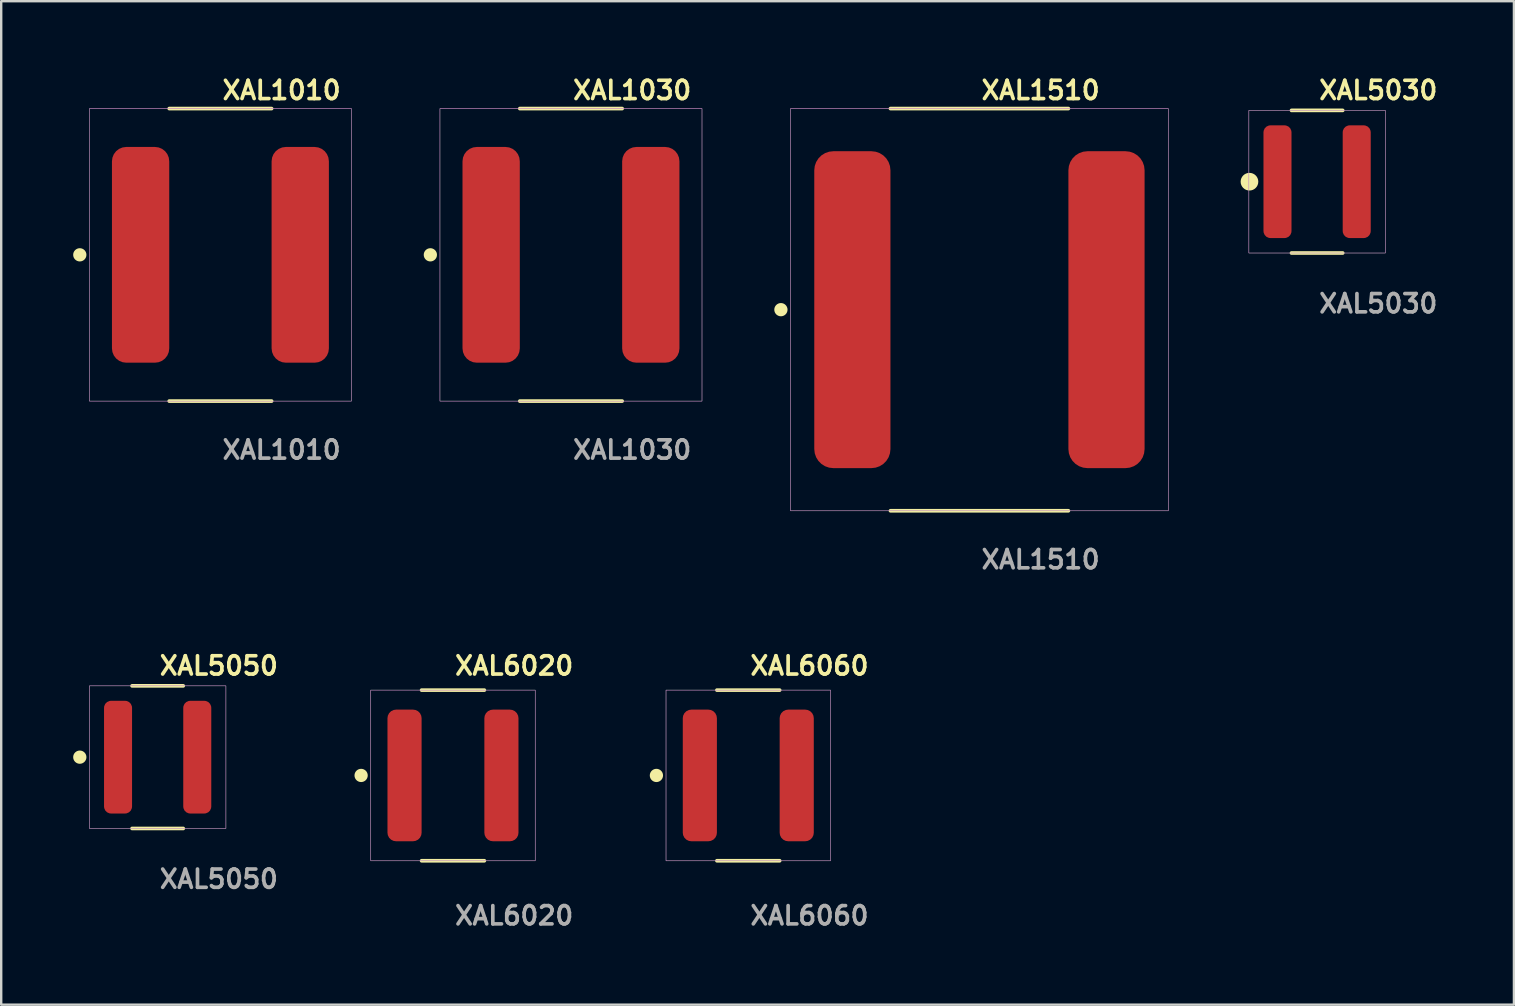
<source format=kicad_pcb>
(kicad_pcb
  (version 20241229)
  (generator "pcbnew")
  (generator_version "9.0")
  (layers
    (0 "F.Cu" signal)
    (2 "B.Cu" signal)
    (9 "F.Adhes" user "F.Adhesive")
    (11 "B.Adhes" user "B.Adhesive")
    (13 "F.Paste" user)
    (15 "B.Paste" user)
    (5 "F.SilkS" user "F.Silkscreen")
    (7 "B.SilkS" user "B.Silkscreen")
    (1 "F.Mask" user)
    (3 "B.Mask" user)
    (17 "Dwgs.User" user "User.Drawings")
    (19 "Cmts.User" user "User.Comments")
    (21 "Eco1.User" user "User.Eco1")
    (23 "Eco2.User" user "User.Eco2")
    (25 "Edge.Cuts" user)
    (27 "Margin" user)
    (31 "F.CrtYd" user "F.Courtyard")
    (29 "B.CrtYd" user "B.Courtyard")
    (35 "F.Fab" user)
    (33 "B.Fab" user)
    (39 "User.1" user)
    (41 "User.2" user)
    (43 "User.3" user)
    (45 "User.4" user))
  (footprint "XAL1510"
    (layer "F.Cu")
    (at 37.772 9.857)
    (property "Reference" "XAL1510" (at 0 -9.144 0) (unlocked yes) (layer "F.SilkS") (effects (font (size 0.762 0.762) (thickness 0.152)) (justify left)))
    (fp_line (start 3.708 -8.382) (end -3.708 -8.382) (stroke (width 0.152) (type solid)) (layer "F.SilkS"))
    (fp_line (start 3.708 8.382) (end -3.708 8.382) (stroke (width 0.152) (type solid)) (layer "F.SilkS"))
    (fp_circle (center -8.274 0) (end -8.474 0) (stroke (width 0.152) (type solid)) (fill yes) (layer "F.SilkS"))
    (fp_rect (start -7.874 -8.382) (end 7.874 8.382) (stroke (width 0.006) (type solid)) (fill no) (layer "F.CrtYd"))
    (fp_rect (start -7.874 -8.382) (end 7.874 8.382) (stroke (width 0.025) (type default)) (fill no) (layer "F.Fab"))
    (fp_text user "${REFERENCE}" (at 0 10.414 0) (unlocked yes) (layer "F.Fab") (effects (font (size 0.762 0.762) (thickness 0.152)) (justify left)))
    (pad "1" smd roundrect (at -5.296 0) (size 3.175 13.208) (layers "F.Cu" "F.Mask" "F.Paste") (roundrect_rratio 0.25))
    (pad "2" smd roundrect (at 5.296 0) (size 3.175 13.208) (layers "F.Cu" "F.Mask" "F.Paste") (roundrect_rratio 0.25)))
  (footprint "XAL1030"
    (layer "F.Cu")
    (at 20.748 7.571)
    (property "Reference" "XAL1030" (at 0 -6.858 0) (unlocked yes) (layer "F.SilkS") (effects (font (size 0.762 0.762) (thickness 0.152)) (justify left)))
    (fp_line (start 2.134 -6.096) (end -2.134 -6.096) (stroke (width 0.152) (type solid)) (layer "F.SilkS"))
    (fp_line (start 2.134 6.096) (end -2.134 6.096) (stroke (width 0.152) (type solid)) (layer "F.SilkS"))
    (fp_circle (center -5.861 0) (end -6.061 0) (stroke (width 0.152) (type solid)) (fill yes) (layer "F.SilkS"))
    (fp_rect (start -5.461 -6.096) (end 5.461 6.096) (stroke (width 0.006) (type solid)) (fill no) (layer "F.CrtYd"))
    (fp_rect (start -5.461 -6.096) (end 5.461 6.096) (stroke (width 0.025) (type default)) (fill no) (layer "F.Fab"))
    (fp_text user "${REFERENCE}" (at 0 8.128 0) (unlocked yes) (layer "F.Fab") (effects (font (size 0.762 0.762) (thickness 0.152)) (justify left)))
    (pad "1" smd roundrect (at -3.327 0) (size 2.388 8.992) (layers "F.Cu" "F.Mask" "F.Paste") (roundrect_rratio 0.25))
    (pad "2" smd roundrect (at 3.327 0) (size 2.388 8.992) (layers "F.Cu" "F.Mask" "F.Paste") (roundrect_rratio 0.25)))
  (footprint "XAL5030"
    (layer "F.Cu")
    (at 51.846 4.523)
    (property "Reference" "XAL5030" (at 0 -3.81 0) (unlocked yes) (layer "F.SilkS") (effects (font (size 0.762 0.762) (thickness 0.152)) (justify left)))
    (fp_line (start 1.067 -2.972) (end -1.067 -2.972) (stroke (width 0.152) (type solid)) (layer "F.SilkS"))
    (fp_line (start 1.067 2.972) (end -1.067 2.972) (stroke (width 0.152) (type solid)) (layer "F.SilkS"))
    (fp_circle (center -2.819 0) (end -3.111 0) (stroke (width 0.152) (type solid)) (fill yes) (layer "F.SilkS"))
    (fp_rect (start -2.845 -2.972) (end 2.845 2.972) (stroke (width 0.006) (type solid)) (fill no) (layer "F.CrtYd"))
    (fp_rect (start -2.845 -2.972) (end 2.845 2.972) (stroke (width 0.025) (type default)) (fill no) (layer "F.Fab"))
    (fp_text user "${REFERENCE}" (at 0 5.08 0) (unlocked yes) (layer "F.Fab") (effects (font (size 0.762 0.762) (thickness 0.152)) (justify left)))
    (pad "1" smd roundrect (at -1.651 0) (size 1.168 4.699) (layers "F.Cu" "F.Mask" "F.Paste") (roundrect_rratio 0.25))
    (pad "2" smd roundrect (at 1.651 0) (size 1.168 4.699) (layers "F.Cu" "F.Mask" "F.Paste") (roundrect_rratio 0.25)))
  (footprint "XAL1010"
    (layer "F.Cu")
    (at 6.137 7.571)
    (property "Reference" "XAL1010" (at 0 -6.858 0) (unlocked yes) (layer "F.SilkS") (effects (font (size 0.762 0.762) (thickness 0.152)) (justify left)))
    (fp_line (start 2.134 -6.096) (end -2.134 -6.096) (stroke (width 0.152) (type solid)) (layer "F.SilkS"))
    (fp_line (start 2.134 6.096) (end -2.134 6.096) (stroke (width 0.152) (type solid)) (layer "F.SilkS"))
    (fp_circle (center -5.861 0) (end -6.061 0) (stroke (width 0.152) (type solid)) (fill yes) (layer "F.SilkS"))
    (fp_rect (start -5.461 -6.096) (end 5.461 6.096) (stroke (width 0.006) (type solid)) (fill no) (layer "F.CrtYd"))
    (fp_rect (start -5.461 -6.096) (end 5.461 6.096) (stroke (width 0.025) (type default)) (fill no) (layer "F.Fab"))
    (fp_text user "${REFERENCE}" (at 0 8.128 0) (unlocked yes) (layer "F.Fab") (effects (font (size 0.762 0.762) (thickness 0.152)) (justify left)))
    (pad "1" smd roundrect (at -3.327 0) (size 2.388 8.992) (layers "F.Cu" "F.Mask" "F.Paste") (roundrect_rratio 0.25))
    (pad "2" smd roundrect (at 3.327 0) (size 2.388 8.992) (layers "F.Cu" "F.Mask" "F.Paste") (roundrect_rratio 0.25)))
  (footprint "XAL6060"
    (layer "F.Cu")
    (at 28.138 29.27)
    (property "Reference" "XAL6060" (at 0 -4.572 0) (unlocked yes) (layer "F.SilkS") (effects (font (size 0.762 0.762) (thickness 0.152)) (justify left)))
    (fp_line (start 1.308 -3.556) (end -1.308 -3.556) (stroke (width 0.152) (type solid)) (layer "F.SilkS"))
    (fp_line (start 1.308 3.556) (end -1.308 3.556) (stroke (width 0.152) (type solid)) (layer "F.SilkS"))
    (fp_circle (center -3.829 0) (end -4.029 0) (stroke (width 0.152) (type solid)) (fill yes) (layer "F.SilkS"))
    (fp_rect (start -3.429 -3.556) (end 3.429 3.556) (stroke (width 0.006) (type solid)) (fill no) (layer "F.CrtYd"))
    (fp_rect (start -3.429 -3.556) (end 3.429 3.556) (stroke (width 0.025) (type default)) (fill no) (layer "F.Fab"))
    (fp_text user "${REFERENCE}" (at 0 5.842 0) (unlocked yes) (layer "F.Fab") (effects (font (size 0.762 0.762) (thickness 0.152)) (justify left)))
    (pad "1" smd roundrect (at -2.019 0) (size 1.422 5.486) (layers "F.Cu" "F.Mask" "F.Paste") (roundrect_rratio 0.25))
    (pad "2" smd roundrect (at 2.019 0) (size 1.422 5.486) (layers "F.Cu" "F.Mask" "F.Paste") (roundrect_rratio 0.25)))
  (footprint "XAL5050"
    (layer "F.Cu")
    (at 3.521 28.508)
    (property "Reference" "XAL5050" (at 0 -3.81 0) (unlocked yes) (layer "F.SilkS") (effects (font (size 0.762 0.762) (thickness 0.152)) (justify left)))
    (fp_line (start 1.067 -2.972) (end -1.067 -2.972) (stroke (width 0.152) (type solid)) (layer "F.SilkS"))
    (fp_line (start 1.067 2.972) (end -1.067 2.972) (stroke (width 0.152) (type solid)) (layer "F.SilkS"))
    (fp_circle (center -3.245 0) (end -3.445 0) (stroke (width 0.152) (type solid)) (fill yes) (layer "F.SilkS"))
    (fp_rect (start -2.845 -2.972) (end 2.845 2.972) (stroke (width 0.006) (type solid)) (fill no) (layer "F.CrtYd"))
    (fp_rect (start -2.845 -2.972) (end 2.845 2.972) (stroke (width 0.025) (type default)) (fill no) (layer "F.Fab"))
    (fp_text user "${REFERENCE}" (at 0 5.08 0) (unlocked yes) (layer "F.Fab") (effects (font (size 0.762 0.762) (thickness 0.152)) (justify left)))
    (pad "1" smd roundrect (at -1.651 0) (size 1.168 4.699) (layers "F.Cu" "F.Mask" "F.Paste") (roundrect_rratio 0.25))
    (pad "2" smd roundrect (at 1.651 0) (size 1.168 4.699) (layers "F.Cu" "F.Mask" "F.Paste") (roundrect_rratio 0.25)))
  (footprint "XAL6020"
    (layer "F.Cu")
    (at 15.83 29.27)
    (property "Reference" "XAL6020" (at 0 -4.572 0) (unlocked yes) (layer "F.SilkS") (effects (font (size 0.762 0.762) (thickness 0.152)) (justify left)))
    (fp_line (start 1.308 -3.556) (end -1.308 -3.556) (stroke (width 0.152) (type solid)) (layer "F.SilkS"))
    (fp_line (start 1.308 3.556) (end -1.308 3.556) (stroke (width 0.152) (type solid)) (layer "F.SilkS"))
    (fp_circle (center -3.829 0) (end -4.029 0) (stroke (width 0.152) (type solid)) (fill yes) (layer "F.SilkS"))
    (fp_rect (start -3.429 -3.556) (end 3.429 3.556) (stroke (width 0.006) (type solid)) (fill no) (layer "F.CrtYd"))
    (fp_rect (start -3.429 -3.556) (end 3.429 3.556) (stroke (width 0.025) (type default)) (fill no) (layer "F.Fab"))
    (fp_text user "${REFERENCE}" (at 0 5.842 0) (unlocked yes) (layer "F.Fab") (effects (font (size 0.762 0.762) (thickness 0.152)) (justify left)))
    (pad "1" smd roundrect (at -2.019 0) (size 1.422 5.486) (layers "F.Cu" "F.Mask" "F.Paste") (roundrect_rratio 0.25))
    (pad "2" smd roundrect (at 2.019 0) (size 1.422 5.486) (layers "F.Cu" "F.Mask" "F.Paste") (roundrect_rratio 0.25)))
  (gr_rect
    (start -3 -3)
    (end 60.05 38.825)
    (stroke (width 0.1) (type default))
    (fill no)
    (layer "Edge.Cuts")))
</source>
